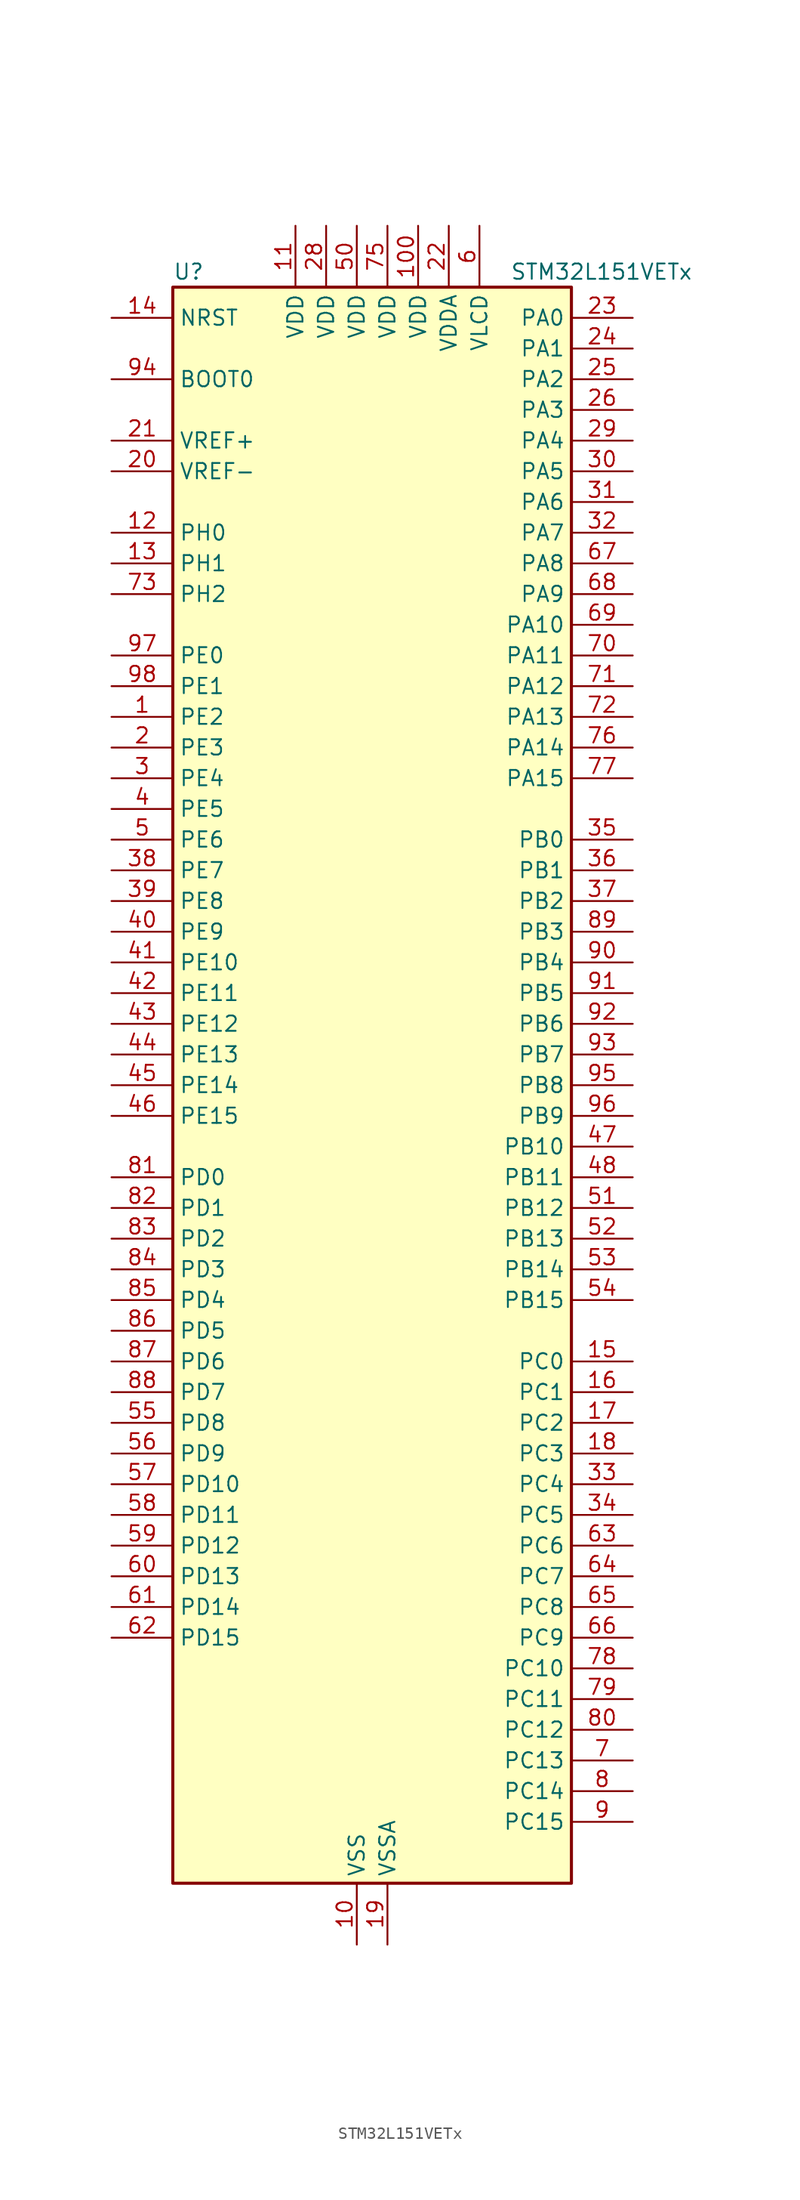
<source format=kicad_sym>
(kicad_symbol_lib
  (version 20231120)
  (generator "kicad-library-utils")
  (generator_version "8.0")
  (symbol "STM32L151VETx"
    (property "Reference" "U"
      (at -15.24 67.31 0)
      (effects (font (size 1.27 1.27)) (justify left)))
    (property "Value" "STM32L151VETx"
      (at 12.7 67.31 0)
      (effects (font (size 1.27 1.27)) (justify left)))
    (symbol "STM32L151VETx_0_1"
      (rectangle (start -15.24 -66.04) (end 17.78 66.04) (stroke (width 0.254) (type default)) (fill (type background))))
    (symbol "STM32L151VETx_1_1"
      (pin bidirectional line (at -20.32 30.48 0) (length 5.08) (name "PE2" (effects (font (size 1.27 1.27)))) (number "1" (effects (font (size 1.27 1.27)))) (alternate "SYS_TRACECK" bidirectional line) (alternate "TIM3_ETR" bidirectional line) (alternate "TIMX_IC3" bidirectional line))
      (pin power_in line (at 0 -71.12 90) (length 5.08) (name "VSS" (effects (font (size 1.27 1.27)))) (number "10" (effects (font (size 1.27 1.27)))))
      (pin power_in line (at 5.08 71.12 270) (length 5.08) (name "VDD" (effects (font (size 1.27 1.27)))) (number "100" (effects (font (size 1.27 1.27)))))
      (pin power_in line (at -5.08 71.12 270) (length 5.08) (name "VDD" (effects (font (size 1.27 1.27)))) (number "11" (effects (font (size 1.27 1.27)))))
      (pin bidirectional line (at -20.32 45.72 0) (length 5.08) (name "PH0" (effects (font (size 1.27 1.27)))) (number "12" (effects (font (size 1.27 1.27)))) (alternate "RCC_OSC_IN" bidirectional line))
      (pin bidirectional line (at -20.32 43.18 0) (length 5.08) (name "PH1" (effects (font (size 1.27 1.27)))) (number "13" (effects (font (size 1.27 1.27)))) (alternate "RCC_OSC_OUT" bidirectional line))
      (pin input line (at -20.32 63.5 0) (length 5.08) (name "NRST" (effects (font (size 1.27 1.27)))) (number "14" (effects (font (size 1.27 1.27)))))
      (pin bidirectional line (at 22.86 -22.86 180) (length 5.08) (name "PC0" (effects (font (size 1.27 1.27)))) (number "15" (effects (font (size 1.27 1.27)))) (alternate "ADC_IN10" bidirectional line) (alternate "COMP1_INP" bidirectional line) (alternate "TIMX_IC1" bidirectional line) (alternate "TS_G8_IO1" bidirectional line))
      (pin bidirectional line (at 22.86 -25.4 180) (length 5.08) (name "PC1" (effects (font (size 1.27 1.27)))) (number "16" (effects (font (size 1.27 1.27)))) (alternate "ADC_IN11" bidirectional line) (alternate "COMP1_INP" bidirectional line) (alternate "TIMX_IC2" bidirectional line) (alternate "TS_G8_IO2" bidirectional line))
      (pin bidirectional line (at 22.86 -27.94 180) (length 5.08) (name "PC2" (effects (font (size 1.27 1.27)))) (number "17" (effects (font (size 1.27 1.27)))) (alternate "ADC_IN12" bidirectional line) (alternate "COMP1_INP" bidirectional line) (alternate "TIMX_IC3" bidirectional line) (alternate "TS_G8_IO3" bidirectional line))
      (pin bidirectional line (at 22.86 -30.48 180) (length 5.08) (name "PC3" (effects (font (size 1.27 1.27)))) (number "18" (effects (font (size 1.27 1.27)))) (alternate "ADC_IN13" bidirectional line) (alternate "COMP1_INP" bidirectional line) (alternate "TIMX_IC4" bidirectional line) (alternate "TS_G8_IO4" bidirectional line))
      (pin power_in line (at 2.54 -71.12 90) (length 5.08) (name "VSSA" (effects (font (size 1.27 1.27)))) (number "19" (effects (font (size 1.27 1.27)))))
      (pin bidirectional line (at -20.32 27.94 0) (length 5.08) (name "PE3" (effects (font (size 1.27 1.27)))) (number "2" (effects (font (size 1.27 1.27)))) (alternate "SYS_TRACED0" bidirectional line) (alternate "TIM3_CH1" bidirectional line) (alternate "TIMX_IC4" bidirectional line))
      (pin input line (at -20.32 50.8 0) (length 5.08) (name "VREF-" (effects (font (size 1.27 1.27)))) (number "20" (effects (font (size 1.27 1.27)))))
      (pin input line (at -20.32 53.34 0) (length 5.08) (name "VREF+" (effects (font (size 1.27 1.27)))) (number "21" (effects (font (size 1.27 1.27)))))
      (pin power_in line (at 7.62 71.12 270) (length 5.08) (name "VDDA" (effects (font (size 1.27 1.27)))) (number "22" (effects (font (size 1.27 1.27)))))
      (pin bidirectional line (at 22.86 63.5 180) (length 5.08) (name "PA0" (effects (font (size 1.27 1.27)))) (number "23" (effects (font (size 1.27 1.27)))) (alternate "ADC_IN0" bidirectional line) (alternate "COMP1_INP" bidirectional line) (alternate "RTC_TAMP2" bidirectional line) (alternate "SYS_WKUP1" bidirectional line) (alternate "TIM2_CH1" bidirectional line) (alternate "TIM2_ETR" bidirectional line) (alternate "TIM5_CH1" bidirectional line) (alternate "TIMX_IC1" bidirectional line) (alternate "TS_G1_IO1" bidirectional line) (alternate "USART2_CTS" bidirectional line))
      (pin bidirectional line (at 22.86 60.96 180) (length 5.08) (name "PA1" (effects (font (size 1.27 1.27)))) (number "24" (effects (font (size 1.27 1.27)))) (alternate "ADC_IN1" bidirectional line) (alternate "COMP1_INP" bidirectional line) (alternate "OPAMP1_VINP" bidirectional line) (alternate "TIM2_CH2" bidirectional line) (alternate "TIM5_CH2" bidirectional line) (alternate "TIMX_IC2" bidirectional line) (alternate "TS_G1_IO2" bidirectional line) (alternate "USART2_RTS" bidirectional line))
      (pin bidirectional line (at 22.86 58.42 180) (length 5.08) (name "PA2" (effects (font (size 1.27 1.27)))) (number "25" (effects (font (size 1.27 1.27)))) (alternate "ADC_IN2" bidirectional line) (alternate "COMP1_INP" bidirectional line) (alternate "OPAMP1_VINM" bidirectional line) (alternate "TIM2_CH3" bidirectional line) (alternate "TIM5_CH3" bidirectional line) (alternate "TIM9_CH1" bidirectional line) (alternate "TIMX_IC3" bidirectional line) (alternate "TS_G1_IO3" bidirectional line) (alternate "USART2_TX" bidirectional line))
      (pin bidirectional line (at 22.86 55.88 180) (length 5.08) (name "PA3" (effects (font (size 1.27 1.27)))) (number "26" (effects (font (size 1.27 1.27)))) (alternate "ADC_IN3" bidirectional line) (alternate "COMP1_INP" bidirectional line) (alternate "OPAMP1_VOUT" bidirectional line) (alternate "TIM2_CH4" bidirectional line) (alternate "TIM5_CH4" bidirectional line) (alternate "TIM9_CH2" bidirectional line) (alternate "TIMX_IC4" bidirectional line) (alternate "TS_G1_IO4" bidirectional line) (alternate "USART2_RX" bidirectional line))
      (pin passive line (at 0 -71.12 90) (length 5.08) hide (name "VSS" (effects (font (size 1.27 1.27)))) (number "27" (effects (font (size 1.27 1.27)))))
      (pin power_in line (at -2.54 71.12 270) (length 5.08) (name "VDD" (effects (font (size 1.27 1.27)))) (number "28" (effects (font (size 1.27 1.27)))))
      (pin bidirectional line (at 22.86 53.34 180) (length 5.08) (name "PA4" (effects (font (size 1.27 1.27)))) (number "29" (effects (font (size 1.27 1.27)))) (alternate "ADC_IN4" bidirectional line) (alternate "COMP1_INP" bidirectional line) (alternate "DAC_OUT1" bidirectional line) (alternate "I2S3_WS" bidirectional line) (alternate "SPI1_NSS" bidirectional line) (alternate "SPI3_NSS" bidirectional line) (alternate "TIMX_IC1" bidirectional line) (alternate "USART2_CK" bidirectional line))
      (pin bidirectional line (at -20.32 25.4 0) (length 5.08) (name "PE4" (effects (font (size 1.27 1.27)))) (number "3" (effects (font (size 1.27 1.27)))) (alternate "SYS_TRACED1" bidirectional line) (alternate "TIM3_CH2" bidirectional line) (alternate "TIMX_IC1" bidirectional line))
      (pin bidirectional line (at 22.86 50.8 180) (length 5.08) (name "PA5" (effects (font (size 1.27 1.27)))) (number "30" (effects (font (size 1.27 1.27)))) (alternate "ADC_IN5" bidirectional line) (alternate "COMP1_INP" bidirectional line) (alternate "DAC_OUT2" bidirectional line) (alternate "SPI1_SCK" bidirectional line) (alternate "TIM2_CH1" bidirectional line) (alternate "TIM2_ETR" bidirectional line) (alternate "TIMX_IC2" bidirectional line))
      (pin bidirectional line (at 22.86 48.26 180) (length 5.08) (name "PA6" (effects (font (size 1.27 1.27)))) (number "31" (effects (font (size 1.27 1.27)))) (alternate "ADC_IN6" bidirectional line) (alternate "COMP1_INP" bidirectional line) (alternate "OPAMP2_VINP" bidirectional line) (alternate "SPI1_MISO" bidirectional line) (alternate "TIM10_CH1" bidirectional line) (alternate "TIM3_CH1" bidirectional line) (alternate "TIMX_IC3" bidirectional line) (alternate "TS_G2_IO1" bidirectional line))
      (pin bidirectional line (at 22.86 45.72 180) (length 5.08) (name "PA7" (effects (font (size 1.27 1.27)))) (number "32" (effects (font (size 1.27 1.27)))) (alternate "ADC_IN7" bidirectional line) (alternate "COMP1_INP" bidirectional line) (alternate "OPAMP2_VINM" bidirectional line) (alternate "SPI1_MOSI" bidirectional line) (alternate "TIM11_CH1" bidirectional line) (alternate "TIM3_CH2" bidirectional line) (alternate "TIMX_IC4" bidirectional line) (alternate "TS_G2_IO2" bidirectional line))
      (pin bidirectional line (at 22.86 -33.02 180) (length 5.08) (name "PC4" (effects (font (size 1.27 1.27)))) (number "33" (effects (font (size 1.27 1.27)))) (alternate "ADC_IN14" bidirectional line) (alternate "COMP1_INP" bidirectional line) (alternate "TIMX_IC1" bidirectional line) (alternate "TS_G9_IO1" bidirectional line))
      (pin bidirectional line (at 22.86 -35.56 180) (length 5.08) (name "PC5" (effects (font (size 1.27 1.27)))) (number "34" (effects (font (size 1.27 1.27)))) (alternate "ADC_IN15" bidirectional line) (alternate "COMP1_INP" bidirectional line) (alternate "TIMX_IC2" bidirectional line) (alternate "TS_G9_IO2" bidirectional line))
      (pin bidirectional line (at 22.86 20.32 180) (length 5.08) (name "PB0" (effects (font (size 1.27 1.27)))) (number "35" (effects (font (size 1.27 1.27)))) (alternate "ADC_IN8" bidirectional line) (alternate "COMP1_INP" bidirectional line) (alternate "OPAMP2_VOUT" bidirectional line) (alternate "SYS_V_REF_OUT" bidirectional line) (alternate "TIM3_CH3" bidirectional line) (alternate "TS_G3_IO1" bidirectional line))
      (pin bidirectional line (at 22.86 17.78 180) (length 5.08) (name "PB1" (effects (font (size 1.27 1.27)))) (number "36" (effects (font (size 1.27 1.27)))) (alternate "ADC_IN9" bidirectional line) (alternate "COMP1_INP" bidirectional line) (alternate "SYS_V_REF_OUT" bidirectional line) (alternate "TIM3_CH4" bidirectional line) (alternate "TS_G3_IO2" bidirectional line))
      (pin bidirectional line (at 22.86 15.24 180) (length 5.08) (name "PB2" (effects (font (size 1.27 1.27)))) (number "37" (effects (font (size 1.27 1.27)))) (alternate "ADC_IN0b" bidirectional line) (alternate "TS_G3_IO3" bidirectional line))
      (pin bidirectional line (at -20.32 17.78 0) (length 5.08) (name "PE7" (effects (font (size 1.27 1.27)))) (number "38" (effects (font (size 1.27 1.27)))) (alternate "ADC_IN22" bidirectional line) (alternate "COMP1_INP" bidirectional line) (alternate "TIMX_IC4" bidirectional line))
      (pin bidirectional line (at -20.32 15.24 0) (length 5.08) (name "PE8" (effects (font (size 1.27 1.27)))) (number "39" (effects (font (size 1.27 1.27)))) (alternate "ADC_IN23" bidirectional line) (alternate "COMP1_INP" bidirectional line) (alternate "TIMX_IC1" bidirectional line))
      (pin bidirectional line (at -20.32 22.86 0) (length 5.08) (name "PE5" (effects (font (size 1.27 1.27)))) (number "4" (effects (font (size 1.27 1.27)))) (alternate "SYS_TRACED2" bidirectional line) (alternate "TIM9_CH1" bidirectional line) (alternate "TIMX_IC2" bidirectional line))
      (pin bidirectional line (at -20.32 12.7 0) (length 5.08) (name "PE9" (effects (font (size 1.27 1.27)))) (number "40" (effects (font (size 1.27 1.27)))) (alternate "ADC_IN24" bidirectional line) (alternate "COMP1_INP" bidirectional line) (alternate "DAC_EXTI9" bidirectional line) (alternate "TIM2_CH1" bidirectional line) (alternate "TIM2_ETR" bidirectional line) (alternate "TIMX_IC2" bidirectional line))
      (pin bidirectional line (at -20.32 10.16 0) (length 5.08) (name "PE10" (effects (font (size 1.27 1.27)))) (number "41" (effects (font (size 1.27 1.27)))) (alternate "ADC_IN25" bidirectional line) (alternate "COMP1_INP" bidirectional line) (alternate "TIM2_CH2" bidirectional line) (alternate "TIMX_IC3" bidirectional line))
      (pin bidirectional line (at -20.32 7.62 0) (length 5.08) (name "PE11" (effects (font (size 1.27 1.27)))) (number "42" (effects (font (size 1.27 1.27)))) (alternate "ADC_EXTI11" bidirectional line) (alternate "TIM2_CH3" bidirectional line) (alternate "TIMX_IC4" bidirectional line))
      (pin bidirectional line (at -20.32 5.08 0) (length 5.08) (name "PE12" (effects (font (size 1.27 1.27)))) (number "43" (effects (font (size 1.27 1.27)))) (alternate "SPI1_NSS" bidirectional line) (alternate "TIM2_CH4" bidirectional line) (alternate "TIMX_IC1" bidirectional line))
      (pin bidirectional line (at -20.32 2.54 0) (length 5.08) (name "PE13" (effects (font (size 1.27 1.27)))) (number "44" (effects (font (size 1.27 1.27)))) (alternate "SPI1_SCK" bidirectional line) (alternate "TIMX_IC2" bidirectional line))
      (pin bidirectional line (at -20.32 0 0) (length 5.08) (name "PE14" (effects (font (size 1.27 1.27)))) (number "45" (effects (font (size 1.27 1.27)))) (alternate "SPI1_MISO" bidirectional line) (alternate "TIMX_IC3" bidirectional line))
      (pin bidirectional line (at -20.32 -2.54 0) (length 5.08) (name "PE15" (effects (font (size 1.27 1.27)))) (number "46" (effects (font (size 1.27 1.27)))) (alternate "ADC_EXTI15" bidirectional line) (alternate "SPI1_MOSI" bidirectional line) (alternate "TIMX_IC4" bidirectional line))
      (pin bidirectional line (at 22.86 -5.08 180) (length 5.08) (name "PB10" (effects (font (size 1.27 1.27)))) (number "47" (effects (font (size 1.27 1.27)))) (alternate "I2C2_SCL" bidirectional line) (alternate "TIM2_CH3" bidirectional line) (alternate "USART3_TX" bidirectional line))
      (pin bidirectional line (at 22.86 -7.62 180) (length 5.08) (name "PB11" (effects (font (size 1.27 1.27)))) (number "48" (effects (font (size 1.27 1.27)))) (alternate "ADC_EXTI11" bidirectional line) (alternate "I2C2_SDA" bidirectional line) (alternate "TIM2_CH4" bidirectional line) (alternate "USART3_RX" bidirectional line))
      (pin passive line (at 0 -71.12 90) (length 5.08) hide (name "VSS" (effects (font (size 1.27 1.27)))) (number "49" (effects (font (size 1.27 1.27)))))
      (pin bidirectional line (at -20.32 20.32 0) (length 5.08) (name "PE6" (effects (font (size 1.27 1.27)))) (number "5" (effects (font (size 1.27 1.27)))) (alternate "RTC_TAMP3" bidirectional line) (alternate "SYS_TRACED3" bidirectional line) (alternate "SYS_WKUP3" bidirectional line) (alternate "TIM9_CH2" bidirectional line) (alternate "TIMX_IC3" bidirectional line))
      (pin power_in line (at 0 71.12 270) (length 5.08) (name "VDD" (effects (font (size 1.27 1.27)))) (number "50" (effects (font (size 1.27 1.27)))))
      (pin bidirectional line (at 22.86 -10.16 180) (length 5.08) (name "PB12" (effects (font (size 1.27 1.27)))) (number "51" (effects (font (size 1.27 1.27)))) (alternate "ADC_IN18" bidirectional line) (alternate "COMP1_INP" bidirectional line) (alternate "I2C2_SMBA" bidirectional line) (alternate "I2S2_WS" bidirectional line) (alternate "SPI2_NSS" bidirectional line) (alternate "TIM10_CH1" bidirectional line) (alternate "TS_G7_IO1" bidirectional line) (alternate "USART3_CK" bidirectional line))
      (pin bidirectional line (at 22.86 -12.7 180) (length 5.08) (name "PB13" (effects (font (size 1.27 1.27)))) (number "52" (effects (font (size 1.27 1.27)))) (alternate "ADC_IN19" bidirectional line) (alternate "COMP1_INP" bidirectional line) (alternate "I2S2_CK" bidirectional line) (alternate "SPI2_SCK" bidirectional line) (alternate "TIM9_CH1" bidirectional line) (alternate "TS_G7_IO2" bidirectional line) (alternate "USART3_CTS" bidirectional line))
      (pin bidirectional line (at 22.86 -15.24 180) (length 5.08) (name "PB14" (effects (font (size 1.27 1.27)))) (number "53" (effects (font (size 1.27 1.27)))) (alternate "ADC_IN20" bidirectional line) (alternate "COMP1_INP" bidirectional line) (alternate "SPI2_MISO" bidirectional line) (alternate "TIM9_CH2" bidirectional line) (alternate "TS_G7_IO3" bidirectional line) (alternate "USART3_RTS" bidirectional line))
      (pin bidirectional line (at 22.86 -17.78 180) (length 5.08) (name "PB15" (effects (font (size 1.27 1.27)))) (number "54" (effects (font (size 1.27 1.27)))) (alternate "ADC_EXTI15" bidirectional line) (alternate "ADC_IN21" bidirectional line) (alternate "COMP1_INP" bidirectional line) (alternate "I2S2_SD" bidirectional line) (alternate "RTC_REFIN" bidirectional line) (alternate "SPI2_MOSI" bidirectional line) (alternate "TIM11_CH1" bidirectional line) (alternate "TS_G7_IO4" bidirectional line))
      (pin bidirectional line (at -20.32 -27.94 0) (length 5.08) (name "PD8" (effects (font (size 1.27 1.27)))) (number "55" (effects (font (size 1.27 1.27)))) (alternate "TIMX_IC1" bidirectional line) (alternate "USART3_TX" bidirectional line))
      (pin bidirectional line (at -20.32 -30.48 0) (length 5.08) (name "PD9" (effects (font (size 1.27 1.27)))) (number "56" (effects (font (size 1.27 1.27)))) (alternate "DAC_EXTI9" bidirectional line) (alternate "TIMX_IC2" bidirectional line) (alternate "USART3_RX" bidirectional line))
      (pin bidirectional line (at -20.32 -33.02 0) (length 5.08) (name "PD10" (effects (font (size 1.27 1.27)))) (number "57" (effects (font (size 1.27 1.27)))) (alternate "TIMX_IC3" bidirectional line) (alternate "USART3_CK" bidirectional line))
      (pin bidirectional line (at -20.32 -35.56 0) (length 5.08) (name "PD11" (effects (font (size 1.27 1.27)))) (number "58" (effects (font (size 1.27 1.27)))) (alternate "ADC_EXTI11" bidirectional line) (alternate "TIMX_IC4" bidirectional line) (alternate "USART3_CTS" bidirectional line))
      (pin bidirectional line (at -20.32 -38.1 0) (length 5.08) (name "PD12" (effects (font (size 1.27 1.27)))) (number "59" (effects (font (size 1.27 1.27)))) (alternate "TIM4_CH1" bidirectional line) (alternate "TIMX_IC1" bidirectional line) (alternate "USART3_RTS" bidirectional line))
      (pin power_in line (at 10.16 71.12 270) (length 5.08) (name "VLCD" (effects (font (size 1.27 1.27)))) (number "6" (effects (font (size 1.27 1.27)))))
      (pin bidirectional line (at -20.32 -40.64 0) (length 5.08) (name "PD13" (effects (font (size 1.27 1.27)))) (number "60" (effects (font (size 1.27 1.27)))) (alternate "TIM4_CH2" bidirectional line) (alternate "TIMX_IC2" bidirectional line))
      (pin bidirectional line (at -20.32 -43.18 0) (length 5.08) (name "PD14" (effects (font (size 1.27 1.27)))) (number "61" (effects (font (size 1.27 1.27)))) (alternate "TIM4_CH3" bidirectional line) (alternate "TIMX_IC3" bidirectional line))
      (pin bidirectional line (at -20.32 -45.72 0) (length 5.08) (name "PD15" (effects (font (size 1.27 1.27)))) (number "62" (effects (font (size 1.27 1.27)))) (alternate "ADC_EXTI15" bidirectional line) (alternate "TIM4_CH4" bidirectional line) (alternate "TIMX_IC4" bidirectional line))
      (pin bidirectional line (at 22.86 -38.1 180) (length 5.08) (name "PC6" (effects (font (size 1.27 1.27)))) (number "63" (effects (font (size 1.27 1.27)))) (alternate "I2S2_MCK" bidirectional line) (alternate "TIM3_CH1" bidirectional line) (alternate "TIMX_IC3" bidirectional line) (alternate "TS_G10_IO1" bidirectional line))
      (pin bidirectional line (at 22.86 -40.64 180) (length 5.08) (name "PC7" (effects (font (size 1.27 1.27)))) (number "64" (effects (font (size 1.27 1.27)))) (alternate "I2S3_MCK" bidirectional line) (alternate "TIM3_CH2" bidirectional line) (alternate "TIMX_IC4" bidirectional line) (alternate "TS_G10_IO2" bidirectional line))
      (pin bidirectional line (at 22.86 -43.18 180) (length 5.08) (name "PC8" (effects (font (size 1.27 1.27)))) (number "65" (effects (font (size 1.27 1.27)))) (alternate "TIM3_CH3" bidirectional line) (alternate "TIMX_IC1" bidirectional line) (alternate "TS_G10_IO3" bidirectional line))
      (pin bidirectional line (at 22.86 -45.72 180) (length 5.08) (name "PC9" (effects (font (size 1.27 1.27)))) (number "66" (effects (font (size 1.27 1.27)))) (alternate "DAC_EXTI9" bidirectional line) (alternate "TIM3_CH4" bidirectional line) (alternate "TIMX_IC2" bidirectional line) (alternate "TS_G10_IO4" bidirectional line))
      (pin bidirectional line (at 22.86 43.18 180) (length 5.08) (name "PA8" (effects (font (size 1.27 1.27)))) (number "67" (effects (font (size 1.27 1.27)))) (alternate "RCC_MCO" bidirectional line) (alternate "TIMX_IC1" bidirectional line) (alternate "TS_G4_IO1" bidirectional line) (alternate "USART1_CK" bidirectional line))
      (pin bidirectional line (at 22.86 40.64 180) (length 5.08) (name "PA9" (effects (font (size 1.27 1.27)))) (number "68" (effects (font (size 1.27 1.27)))) (alternate "DAC_EXTI9" bidirectional line) (alternate "TIMX_IC2" bidirectional line) (alternate "TS_G4_IO2" bidirectional line) (alternate "USART1_TX" bidirectional line))
      (pin bidirectional line (at 22.86 38.1 180) (length 5.08) (name "PA10" (effects (font (size 1.27 1.27)))) (number "69" (effects (font (size 1.27 1.27)))) (alternate "TIMX_IC3" bidirectional line) (alternate "TS_G4_IO3" bidirectional line) (alternate "USART1_RX" bidirectional line))
      (pin bidirectional line (at 22.86 -55.88 180) (length 5.08) (name "PC13" (effects (font (size 1.27 1.27)))) (number "7" (effects (font (size 1.27 1.27)))) (alternate "RTC_OUT_ALARM" bidirectional line) (alternate "RTC_OUT_CALIB" bidirectional line) (alternate "RTC_TAMP1" bidirectional line) (alternate "RTC_TS" bidirectional line) (alternate "SYS_WKUP2" bidirectional line) (alternate "TIMX_IC2" bidirectional line))
      (pin bidirectional line (at 22.86 35.56 180) (length 5.08) (name "PA11" (effects (font (size 1.27 1.27)))) (number "70" (effects (font (size 1.27 1.27)))) (alternate "ADC_EXTI11" bidirectional line) (alternate "SPI1_MISO" bidirectional line) (alternate "TIMX_IC4" bidirectional line) (alternate "USART1_CTS" bidirectional line) (alternate "USB_DM" bidirectional line))
      (pin bidirectional line (at 22.86 33.02 180) (length 5.08) (name "PA12" (effects (font (size 1.27 1.27)))) (number "71" (effects (font (size 1.27 1.27)))) (alternate "SPI1_MOSI" bidirectional line) (alternate "TIMX_IC1" bidirectional line) (alternate "USART1_RTS" bidirectional line) (alternate "USB_DP" bidirectional line))
      (pin bidirectional line (at 22.86 30.48 180) (length 5.08) (name "PA13" (effects (font (size 1.27 1.27)))) (number "72" (effects (font (size 1.27 1.27)))) (alternate "SYS_JTMS-SWDIO" bidirectional line) (alternate "TIMX_IC2" bidirectional line) (alternate "TS_G5_IO1" bidirectional line))
      (pin bidirectional line (at -20.32 40.64 0) (length 5.08) (name "PH2" (effects (font (size 1.27 1.27)))) (number "73" (effects (font (size 1.27 1.27)))))
      (pin passive line (at 0 -71.12 90) (length 5.08) hide (name "VSS" (effects (font (size 1.27 1.27)))) (number "74" (effects (font (size 1.27 1.27)))))
      (pin power_in line (at 2.54 71.12 270) (length 5.08) (name "VDD" (effects (font (size 1.27 1.27)))) (number "75" (effects (font (size 1.27 1.27)))))
      (pin bidirectional line (at 22.86 27.94 180) (length 5.08) (name "PA14" (effects (font (size 1.27 1.27)))) (number "76" (effects (font (size 1.27 1.27)))) (alternate "SYS_JTCK-SWCLK" bidirectional line) (alternate "TIMX_IC3" bidirectional line) (alternate "TS_G5_IO2" bidirectional line))
      (pin bidirectional line (at 22.86 25.4 180) (length 5.08) (name "PA15" (effects (font (size 1.27 1.27)))) (number "77" (effects (font (size 1.27 1.27)))) (alternate "ADC_EXTI15" bidirectional line) (alternate "I2S3_WS" bidirectional line) (alternate "SPI1_NSS" bidirectional line) (alternate "SPI3_NSS" bidirectional line) (alternate "SYS_JTDI" bidirectional line) (alternate "TIM2_CH1" bidirectional line) (alternate "TIM2_ETR" bidirectional line) (alternate "TIMX_IC4" bidirectional line) (alternate "TS_G5_IO3" bidirectional line))
      (pin bidirectional line (at 22.86 -48.26 180) (length 5.08) (name "PC10" (effects (font (size 1.27 1.27)))) (number "78" (effects (font (size 1.27 1.27)))) (alternate "I2S3_CK" bidirectional line) (alternate "SPI3_SCK" bidirectional line) (alternate "TIMX_IC3" bidirectional line) (alternate "UART4_TX" bidirectional line) (alternate "USART3_TX" bidirectional line))
      (pin bidirectional line (at 22.86 -50.8 180) (length 5.08) (name "PC11" (effects (font (size 1.27 1.27)))) (number "79" (effects (font (size 1.27 1.27)))) (alternate "ADC_EXTI11" bidirectional line) (alternate "SPI3_MISO" bidirectional line) (alternate "TIMX_IC4" bidirectional line) (alternate "UART4_RX" bidirectional line) (alternate "USART3_RX" bidirectional line))
      (pin bidirectional line (at 22.86 -58.42 180) (length 5.08) (name "PC14" (effects (font (size 1.27 1.27)))) (number "8" (effects (font (size 1.27 1.27)))) (alternate "RCC_OSC32_IN" bidirectional line) (alternate "TIMX_IC3" bidirectional line))
      (pin bidirectional line (at 22.86 -53.34 180) (length 5.08) (name "PC12" (effects (font (size 1.27 1.27)))) (number "80" (effects (font (size 1.27 1.27)))) (alternate "I2S3_SD" bidirectional line) (alternate "SPI3_MOSI" bidirectional line) (alternate "TIMX_IC1" bidirectional line) (alternate "UART5_TX" bidirectional line) (alternate "USART3_CK" bidirectional line))
      (pin bidirectional line (at -20.32 -7.62 0) (length 5.08) (name "PD0" (effects (font (size 1.27 1.27)))) (number "81" (effects (font (size 1.27 1.27)))) (alternate "I2S2_WS" bidirectional line) (alternate "SPI2_NSS" bidirectional line) (alternate "TIM9_CH1" bidirectional line) (alternate "TIMX_IC1" bidirectional line))
      (pin bidirectional line (at -20.32 -10.16 0) (length 5.08) (name "PD1" (effects (font (size 1.27 1.27)))) (number "82" (effects (font (size 1.27 1.27)))) (alternate "I2S2_CK" bidirectional line) (alternate "SPI2_SCK" bidirectional line) (alternate "TIMX_IC2" bidirectional line))
      (pin bidirectional line (at -20.32 -12.7 0) (length 5.08) (name "PD2" (effects (font (size 1.27 1.27)))) (number "83" (effects (font (size 1.27 1.27)))) (alternate "TIM3_ETR" bidirectional line) (alternate "TIMX_IC3" bidirectional line) (alternate "UART5_RX" bidirectional line))
      (pin bidirectional line (at -20.32 -15.24 0) (length 5.08) (name "PD3" (effects (font (size 1.27 1.27)))) (number "84" (effects (font (size 1.27 1.27)))) (alternate "SPI2_MISO" bidirectional line) (alternate "TIMX_IC4" bidirectional line) (alternate "USART2_CTS" bidirectional line))
      (pin bidirectional line (at -20.32 -17.78 0) (length 5.08) (name "PD4" (effects (font (size 1.27 1.27)))) (number "85" (effects (font (size 1.27 1.27)))) (alternate "I2S2_SD" bidirectional line) (alternate "SPI2_MOSI" bidirectional line) (alternate "TIMX_IC1" bidirectional line) (alternate "USART2_RTS" bidirectional line))
      (pin bidirectional line (at -20.32 -20.32 0) (length 5.08) (name "PD5" (effects (font (size 1.27 1.27)))) (number "86" (effects (font (size 1.27 1.27)))) (alternate "TIMX_IC2" bidirectional line) (alternate "USART2_TX" bidirectional line))
      (pin bidirectional line (at -20.32 -22.86 0) (length 5.08) (name "PD6" (effects (font (size 1.27 1.27)))) (number "87" (effects (font (size 1.27 1.27)))) (alternate "TIMX_IC3" bidirectional line) (alternate "USART2_RX" bidirectional line))
      (pin bidirectional line (at -20.32 -25.4 0) (length 5.08) (name "PD7" (effects (font (size 1.27 1.27)))) (number "88" (effects (font (size 1.27 1.27)))) (alternate "TIM9_CH2" bidirectional line) (alternate "TIMX_IC4" bidirectional line) (alternate "USART2_CK" bidirectional line))
      (pin bidirectional line (at 22.86 12.7 180) (length 5.08) (name "PB3" (effects (font (size 1.27 1.27)))) (number "89" (effects (font (size 1.27 1.27)))) (alternate "COMP2_INM" bidirectional line) (alternate "I2S3_CK" bidirectional line) (alternate "SPI1_SCK" bidirectional line) (alternate "SPI3_SCK" bidirectional line) (alternate "SYS_JTDO-TRACESWO" bidirectional line) (alternate "TIM2_CH2" bidirectional line))
      (pin bidirectional line (at 22.86 -60.96 180) (length 5.08) (name "PC15" (effects (font (size 1.27 1.27)))) (number "9" (effects (font (size 1.27 1.27)))) (alternate "ADC_EXTI15" bidirectional line) (alternate "RCC_OSC32_OUT" bidirectional line) (alternate "TIMX_IC4" bidirectional line))
      (pin bidirectional line (at 22.86 10.16 180) (length 5.08) (name "PB4" (effects (font (size 1.27 1.27)))) (number "90" (effects (font (size 1.27 1.27)))) (alternate "COMP2_INP" bidirectional line) (alternate "SPI1_MISO" bidirectional line) (alternate "SPI3_MISO" bidirectional line) (alternate "SYS_JTRST" bidirectional line) (alternate "TIM3_CH1" bidirectional line) (alternate "TS_G6_IO1" bidirectional line))
      (pin bidirectional line (at 22.86 7.62 180) (length 5.08) (name "PB5" (effects (font (size 1.27 1.27)))) (number "91" (effects (font (size 1.27 1.27)))) (alternate "COMP2_INP" bidirectional line) (alternate "I2C1_SMBA" bidirectional line) (alternate "I2S3_SD" bidirectional line) (alternate "SPI1_MOSI" bidirectional line) (alternate "SPI3_MOSI" bidirectional line) (alternate "TIM3_CH2" bidirectional line) (alternate "TS_G6_IO2" bidirectional line))
      (pin bidirectional line (at 22.86 5.08 180) (length 5.08) (name "PB6" (effects (font (size 1.27 1.27)))) (number "92" (effects (font (size 1.27 1.27)))) (alternate "COMP2_INP" bidirectional line) (alternate "I2C1_SCL" bidirectional line) (alternate "TIM4_CH1" bidirectional line) (alternate "TS_G6_IO3" bidirectional line) (alternate "USART1_TX" bidirectional line))
      (pin bidirectional line (at 22.86 2.54 180) (length 5.08) (name "PB7" (effects (font (size 1.27 1.27)))) (number "93" (effects (font (size 1.27 1.27)))) (alternate "COMP2_INP" bidirectional line) (alternate "I2C1_SDA" bidirectional line) (alternate "SYS_PVD_IN" bidirectional line) (alternate "TIM4_CH2" bidirectional line) (alternate "TS_G6_IO4" bidirectional line) (alternate "USART1_RX" bidirectional line))
      (pin input line (at -20.32 58.42 0) (length 5.08) (name "BOOT0" (effects (font (size 1.27 1.27)))) (number "94" (effects (font (size 1.27 1.27)))))
      (pin bidirectional line (at 22.86 0 180) (length 5.08) (name "PB8" (effects (font (size 1.27 1.27)))) (number "95" (effects (font (size 1.27 1.27)))) (alternate "I2C1_SCL" bidirectional line) (alternate "TIM10_CH1" bidirectional line) (alternate "TIM4_CH3" bidirectional line))
      (pin bidirectional line (at 22.86 -2.54 180) (length 5.08) (name "PB9" (effects (font (size 1.27 1.27)))) (number "96" (effects (font (size 1.27 1.27)))) (alternate "DAC_EXTI9" bidirectional line) (alternate "I2C1_SDA" bidirectional line) (alternate "TIM11_CH1" bidirectional line) (alternate "TIM4_CH4" bidirectional line))
      (pin bidirectional line (at -20.32 35.56 0) (length 5.08) (name "PE0" (effects (font (size 1.27 1.27)))) (number "97" (effects (font (size 1.27 1.27)))) (alternate "TIM10_CH1" bidirectional line) (alternate "TIM4_ETR" bidirectional line) (alternate "TIMX_IC1" bidirectional line))
      (pin bidirectional line (at -20.32 33.02 0) (length 5.08) (name "PE1" (effects (font (size 1.27 1.27)))) (number "98" (effects (font (size 1.27 1.27)))) (alternate "TIM11_CH1" bidirectional line) (alternate "TIMX_IC2" bidirectional line))
      (pin passive line (at 0 -71.12 90) (length 5.08) hide (name "VSS" (effects (font (size 1.27 1.27)))) (number "99" (effects (font (size 1.27 1.27))))))))
</source>
